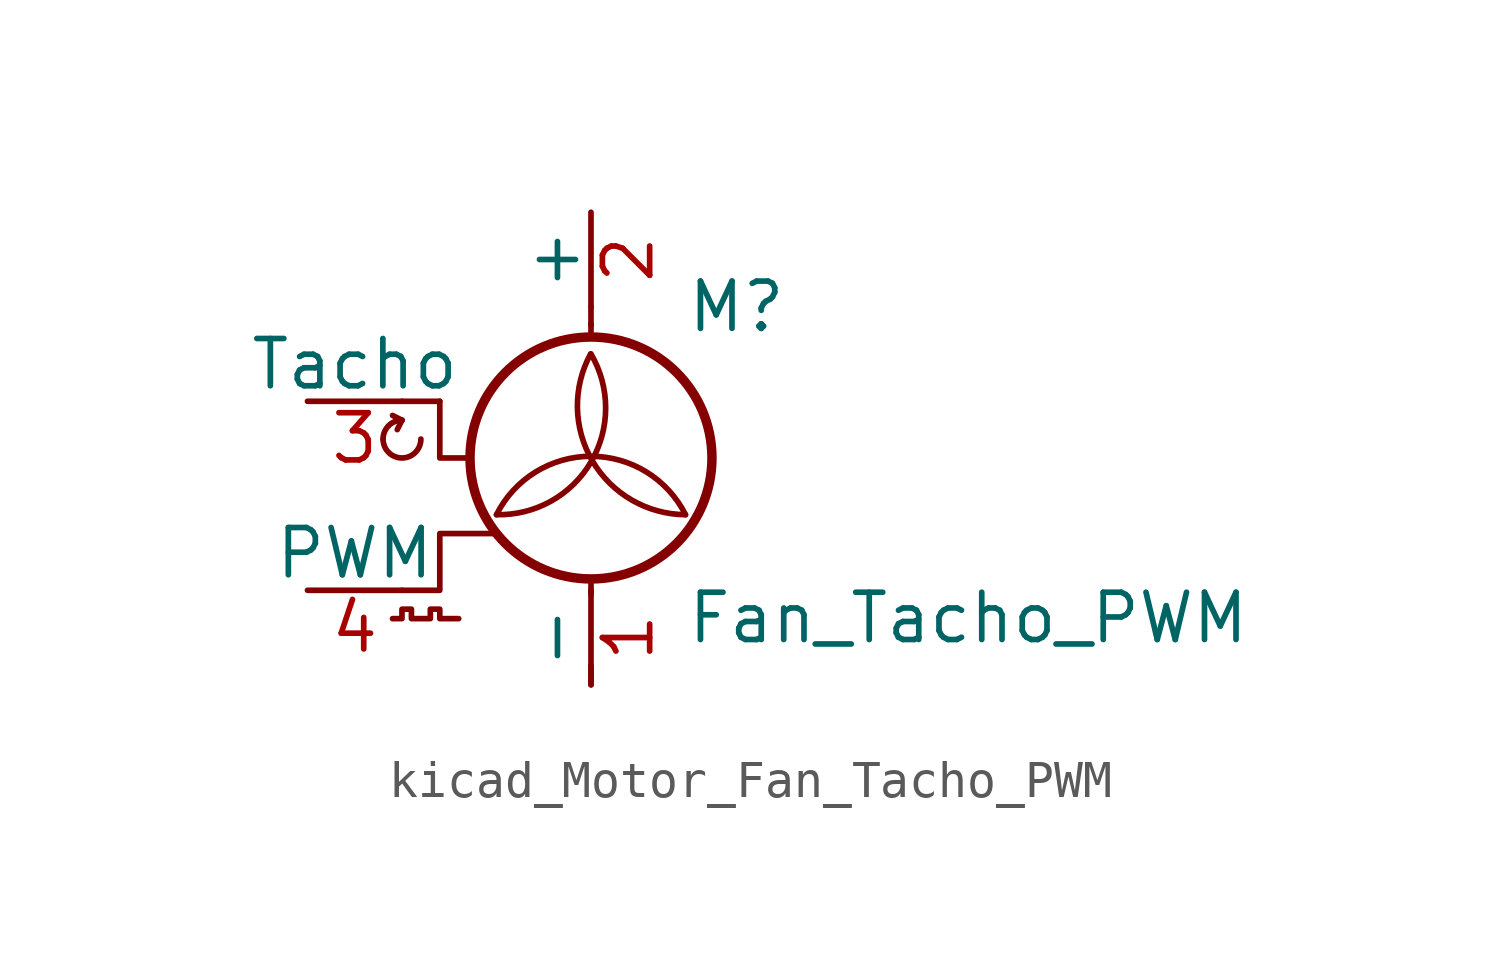
<source format=kicad_sym>
(kicad_symbol_lib
  (version 20220914)
  (generator kicad_symbol_editor)
  (symbol "kicad_Motor_Fan_Tacho_PWM"
    (pin_names
      (offset 0))
    (property "Reference" "M"
      (at 2.54 5.08 0)
      (effects (font (size 1.27 1.27)) (justify left)))
    (property "Value" "Fan_Tacho_PWM"
      (at 2.54 -2.54 0)
      (effects (font (size 1.27 1.27)) (justify left top)))
    (symbol "kicad_Motor_Fan_Tacho_PWM_0_0"
      (arc (start -5.588 1.524) (mid -5.08 1.0182) (end -4.572 1.524) (stroke (width 0) (type default)) (fill (type none)))
      (arc (start -5.08 2.032) (mid -5.4392 1.8832) (end -5.588 1.524) (stroke (width 0) (type default)) (fill (type none)))
      (polyline (pts (xy -5.08 2.032) (xy -5.334 2.159)) (stroke (width 0) (type default)) (fill (type none)))
      (polyline (pts (xy -5.08 2.032) (xy -5.207 1.778)) (stroke (width 0) (type default)) (fill (type none)))
      (polyline (pts (xy -4.064 2.54) (xy -4.064 1.016) (xy -3.302 1.016)) (stroke (width 0) (type default)) (fill (type none))))
    (symbol "kicad_Motor_Fan_Tacho_PWM_0_1"
      (arc (start -2.54 -0.508) (mid 0.0028 0.9121) (end 0 3.81) (stroke (width 0) (type default)) (fill (type none)))
      (polyline (pts (xy -4.064 2.54) (xy -5.08 2.54)) (stroke (width 0) (type default)) (fill (type none)))
      (polyline (pts (xy 0 -5.08) (xy 0 -4.572)) (stroke (width 0) (type default)) (fill (type none)))
      (polyline (pts (xy 0 -2.235) (xy 0 -2.642)) (stroke (width 0) (type default)) (fill (type none)))
      (polyline (pts (xy 0 4.267) (xy 0 4.623)) (stroke (width 0) (type default)) (fill (type none)))
      (polyline (pts (xy 0 4.572) (xy 0 5.08)) (stroke (width 0) (type default)) (fill (type none)))
      (polyline (pts (xy -2.54 -1.016) (xy -4.064 -1.016) (xy -4.064 -2.54) (xy -5.08 -2.54)) (stroke (width 0) (type default)) (fill (type none)))
      (polyline (pts (xy -5.334 -3.302) (xy -5.08 -3.302) (xy -5.08 -3.048) (xy -4.826 -3.048) (xy -4.826 -3.302) (xy -4.318 -3.302) (xy -4.318 -3.048) (xy -4.064 -3.048) (xy -4.064 -3.302) (xy -3.556 -3.302)) (stroke (width 0) (type default)) (fill (type none)))
      (circle (center 0 1.016) (radius 3.251) (stroke (width 0.254) (type default)) (fill (type none)))
      (arc (start 0 3.81) (mid 0.053 0.921) (end 2.54 -0.508) (stroke (width 0) (type default)) (fill (type none)))
      (arc (start 2.54 -0.508) (mid 0 1.0618) (end -2.54 -0.508) (stroke (width 0) (type default)) (fill (type none))))
    (symbol "kicad_Motor_Fan_Tacho_PWM_1_1"
      (pin passive line (at 0 -5.08 90) (length 2.54) (name "-" (effects (font (size 1.27 1.27)))) (number "1" (effects (font (size 1.27 1.27)))))
      (pin passive line (at 0 7.62 270) (length 2.54) (name "+" (effects (font (size 1.27 1.27)))) (number "2" (effects (font (size 1.27 1.27)))))
      (pin passive line (at -7.62 2.54 0) (length 2.54) (name "Tacho" (effects (font (size 1.27 1.27)))) (number "3" (effects (font (size 1.27 1.27)))))
      (pin input line (at -7.62 -2.54 0) (length 2.54) (name "PWM" (effects (font (size 1.27 1.27)))) (number "4" (effects (font (size 1.27 1.27))))))))
</source>
